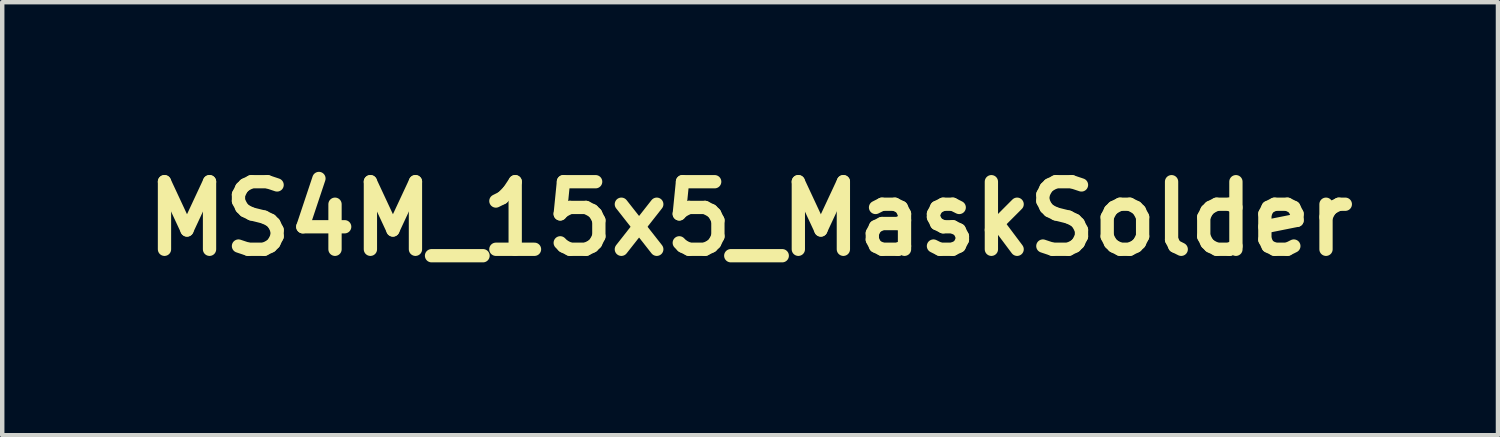
<source format=kicad_pcb>
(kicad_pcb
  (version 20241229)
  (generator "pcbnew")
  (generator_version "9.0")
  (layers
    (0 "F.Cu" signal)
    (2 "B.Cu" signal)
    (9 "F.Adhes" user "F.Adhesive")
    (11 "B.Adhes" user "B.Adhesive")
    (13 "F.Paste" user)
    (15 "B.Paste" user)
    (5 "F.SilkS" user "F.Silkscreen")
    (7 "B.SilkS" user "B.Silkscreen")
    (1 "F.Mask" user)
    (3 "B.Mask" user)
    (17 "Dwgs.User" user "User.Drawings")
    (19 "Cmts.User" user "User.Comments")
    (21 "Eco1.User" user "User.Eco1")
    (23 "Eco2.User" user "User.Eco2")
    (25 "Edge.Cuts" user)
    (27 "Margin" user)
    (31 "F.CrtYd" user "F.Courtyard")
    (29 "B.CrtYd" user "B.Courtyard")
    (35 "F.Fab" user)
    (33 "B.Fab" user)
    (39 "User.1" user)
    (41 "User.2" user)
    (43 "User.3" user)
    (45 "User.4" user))
  (footprint "MS4M_15x5_MaskSolder"
    (layer "F.Cu")
    (at 13.868 1.883)
    (property "Reference" "MS4M_15x5_MaskSolder" (at 0 0 0) (layer "F.SilkS") (effects (font (size 1.524 1.524) (thickness 0.3))))
    (attr through_hole)
    (fp_poly (pts (xy 5.212 1.871) (xy 5.127 1.871) (xy 4.91 1.601) (xy 4.693 1.331) (xy 4.692 1.601) (xy 4.692 1.871) (xy 4.587 1.871) (xy 4.587 1.143) (xy 4.673 1.143) (xy 4.889 1.412) (xy 5.106 1.681) (xy 5.106 1.412) (xy 5.107 1.143) (xy 5.212 1.143) (xy 5.212 1.871)) (stroke (width 0.01) (type solid)) (fill yes) (layer "F.Mask"))
    (fp_poly (pts (xy 4.406 1.871) (xy 4.355 1.871) (xy 4.34 1.871) (xy 4.326 1.871) (xy 4.315 1.87) (xy 4.307 1.87) (xy 4.303 1.869) (xy 4.303 1.869) (xy 4.302 1.867) (xy 4.302 1.859) (xy 4.302 1.848) (xy 4.302 1.832) (xy 4.302 1.813) (xy 4.302 1.79) (xy 4.301 1.764) (xy 4.301 1.734) (xy 4.301 1.702) (xy 4.301 1.668) (xy 4.301 1.631) (xy 4.301 1.593) (xy 4.301 1.553) (xy 4.301 1.511) (xy 4.301 1.143) (xy 4.406 1.143) (xy 4.406 1.871)) (stroke (width 0.01) (type solid)) (fill yes) (layer "F.Mask"))
    (fp_poly (pts (xy 1.38 1.233) (xy 0.97 1.233) (xy 0.97 1.487) (xy 1.333 1.487) (xy 1.333 1.575) (xy 0.971 1.577) (xy 0.97 1.871) (xy 0.919 1.871) (xy 0.903 1.871) (xy 0.89 1.871) (xy 0.879 1.87) (xy 0.871 1.87) (xy 0.867 1.869) (xy 0.866 1.869) (xy 0.866 1.867) (xy 0.866 1.859) (xy 0.866 1.848) (xy 0.865 1.832) (xy 0.865 1.813) (xy 0.865 1.79) (xy 0.865 1.764) (xy 0.865 1.734) (xy 0.865 1.702) (xy 0.865 1.668) (xy 0.865 1.631) (xy 0.865 1.593) (xy 0.865 1.553) (xy 0.865 1.511) (xy 0.865 1.505) (xy 0.865 1.143) (xy 1.38 1.143) (xy 1.38 1.233)) (stroke (width 0.01) (type solid)) (fill yes) (layer "F.Mask"))
    (fp_poly (pts (xy 2.626 -1.093) (xy 2.626 -1.048) (xy 2.626 -1.004) (xy 2.626 -0.961) (xy 2.626 -0.92) (xy 2.626 -0.881) (xy 2.626 -0.844) (xy 2.626 -0.81) (xy 2.626 -0.779) (xy 2.626 -0.751) (xy 2.626 -0.726) (xy 2.626 -0.705) (xy 2.626 -0.687) (xy 2.626 -0.673) (xy 2.626 -0.664) (xy 2.626 -0.659) (xy 2.626 -0.659) (xy 2.625 -0.658) (xy 2.624 -0.657) (xy 2.622 -0.656) (xy 2.618 -0.656) (xy 2.612 -0.656) (xy 2.605 -0.655) (xy 2.594 -0.655) (xy 2.581 -0.655) (xy 2.564 -0.655) (xy 2.544 -0.655) (xy 2.52 -0.655) (xy 2.491 -0.655) (xy 2.474 -0.655) (xy 2.323 -0.655) (xy 2.323 -1.524) (xy 2.625 -1.524) (xy 2.626 -1.093)) (stroke (width 0.01) (type solid)) (fill yes) (layer "F.Mask"))
    (fp_poly (pts (xy 2.488 -1.877) (xy 2.498 -1.876) (xy 2.507 -1.876) (xy 2.514 -1.874) (xy 2.521 -1.872) (xy 2.527 -1.87) (xy 2.552 -1.859) (xy 2.574 -1.845) (xy 2.593 -1.828) (xy 2.608 -1.809) (xy 2.62 -1.788) (xy 2.627 -1.768) (xy 2.631 -1.745) (xy 2.632 -1.73) (xy 2.63 -1.706) (xy 2.624 -1.684) (xy 2.615 -1.663) (xy 2.601 -1.644) (xy 2.588 -1.63) (xy 2.568 -1.613) (xy 2.546 -1.6) (xy 2.523 -1.591) (xy 2.516 -1.589) (xy 2.501 -1.586) (xy 2.484 -1.584) (xy 2.467 -1.584) (xy 2.452 -1.584) (xy 2.448 -1.585) (xy 2.421 -1.592) (xy 2.398 -1.602) (xy 2.377 -1.616) (xy 2.359 -1.631) (xy 2.342 -1.651) (xy 2.329 -1.673) (xy 2.321 -1.695) (xy 2.317 -1.719) (xy 2.316 -1.742) (xy 2.32 -1.764) (xy 2.328 -1.786) (xy 2.339 -1.807) (xy 2.354 -1.826) (xy 2.372 -1.843) (xy 2.394 -1.858) (xy 2.419 -1.869) (xy 2.422 -1.87) (xy 2.43 -1.873) (xy 2.438 -1.875) (xy 2.445 -1.876) (xy 2.455 -1.876) (xy 2.467 -1.877) (xy 2.474 -1.877) (xy 2.488 -1.877)) (stroke (width 0.01) (type solid)) (fill yes) (layer "F.Mask"))
    (fp_poly (pts (xy 5.888 1.233) (xy 5.478 1.233) (xy 5.478 1.456) (xy 5.842 1.456) (xy 5.842 1.546) (xy 5.478 1.546) (xy 5.479 1.663) (xy 5.479 1.779) (xy 5.684 1.78) (xy 5.716 1.78) (xy 5.746 1.78) (xy 5.774 1.78) (xy 5.801 1.78) (xy 5.825 1.78) (xy 5.846 1.78) (xy 5.864 1.78) (xy 5.878 1.78) (xy 5.889 1.78) (xy 5.895 1.78) (xy 5.896 1.78) (xy 5.903 1.78) (xy 5.903 1.825) (xy 5.902 1.87) (xy 5.639 1.87) (xy 5.376 1.871) (xy 5.375 1.509) (xy 5.375 1.468) (xy 5.375 1.427) (xy 5.375 1.389) (xy 5.375 1.352) (xy 5.375 1.317) (xy 5.375 1.285) (xy 5.375 1.255) (xy 5.375 1.228) (xy 5.375 1.205) (xy 5.375 1.185) (xy 5.375 1.169) (xy 5.375 1.157) (xy 5.375 1.149) (xy 5.375 1.146) (xy 5.375 1.145) (xy 5.378 1.145) (xy 5.385 1.145) (xy 5.397 1.144) (xy 5.414 1.144) (xy 5.436 1.144) (xy 5.463 1.143) (xy 5.494 1.143) (xy 5.53 1.143) (xy 5.57 1.143) (xy 5.615 1.143) (xy 5.632 1.143) (xy 5.888 1.143) (xy 5.888 1.233)) (stroke (width 0.01) (type solid)) (fill yes) (layer "F.Mask"))
    (fp_poly (pts (xy 2.154 -0.655) (xy 1.873 -0.655) (xy 1.873 -1.043) (xy 1.872 -1.432) (xy 1.617 -0.99) (xy 1.402 -0.99) (xy 1.274 -1.211) (xy 1.147 -1.432) (xy 1.145 -0.655) (xy 1.006 -0.655) (xy 0.975 -0.655) (xy 0.949 -0.655) (xy 0.927 -0.655) (xy 0.909 -0.655) (xy 0.894 -0.655) (xy 0.883 -0.656) (xy 0.875 -0.656) (xy 0.87 -0.656) (xy 0.867 -0.657) (xy 0.866 -0.658) (xy 0.866 -0.66) (xy 0.866 -0.668) (xy 0.865 -0.679) (xy 0.865 -0.695) (xy 0.865 -0.716) (xy 0.865 -0.739) (xy 0.865 -0.767) (xy 0.865 -0.798) (xy 0.865 -0.832) (xy 0.865 -0.868) (xy 0.865 -0.908) (xy 0.865 -0.95) (xy 0.865 -0.994) (xy 0.865 -1.041) (xy 0.865 -1.089) (xy 0.865 -1.139) (xy 0.865 -1.19) (xy 0.865 -1.22) (xy 0.866 -1.779) (xy 1.266 -1.779) (xy 1.387 -1.569) (xy 1.404 -1.539) (xy 1.42 -1.511) (xy 1.436 -1.484) (xy 1.45 -1.459) (xy 1.463 -1.436) (xy 1.475 -1.416) (xy 1.486 -1.398) (xy 1.494 -1.383) (xy 1.501 -1.371) (xy 1.506 -1.363) (xy 1.509 -1.359) (xy 1.509 -1.358) (xy 1.511 -1.36) (xy 1.514 -1.366) (xy 1.52 -1.376) (xy 1.528 -1.389) (xy 1.537 -1.405) (xy 1.548 -1.424) (xy 1.561 -1.446) (xy 1.575 -1.469) (xy 1.589 -1.495) (xy 1.605 -1.522) (xy 1.622 -1.551) (xy 1.632 -1.569) (xy 1.754 -1.78) (xy 2.154 -1.78) (xy 2.154 -0.655)) (stroke (width 0.01) (type solid)) (fill yes) (layer "F.Mask"))
    (fp_poly (pts (xy 3.578 1.388) (xy 3.597 1.42) (xy 3.615 1.451) (xy 3.633 1.48) (xy 3.649 1.508) (xy 3.665 1.534) (xy 3.679 1.558) (xy 3.692 1.58) (xy 3.703 1.599) (xy 3.712 1.615) (xy 3.72 1.627) (xy 3.725 1.636) (xy 3.729 1.642) (xy 3.729 1.643) (xy 3.736 1.653) (xy 3.885 1.398) (xy 4.033 1.143) (xy 4.077 1.143) (xy 4.12 1.143) (xy 4.12 1.871) (xy 4.02 1.871) (xy 4.019 1.607) (xy 4.019 1.343) (xy 3.896 1.55) (xy 3.878 1.58) (xy 3.861 1.608) (xy 3.845 1.635) (xy 3.83 1.661) (xy 3.816 1.684) (xy 3.803 1.706) (xy 3.792 1.725) (xy 3.782 1.741) (xy 3.774 1.754) (xy 3.769 1.763) (xy 3.765 1.769) (xy 3.764 1.77) (xy 3.756 1.783) (xy 3.71 1.783) (xy 3.58 1.566) (xy 3.562 1.536) (xy 3.545 1.507) (xy 3.529 1.48) (xy 3.513 1.455) (xy 3.499 1.431) (xy 3.486 1.41) (xy 3.475 1.392) (xy 3.466 1.376) (xy 3.458 1.364) (xy 3.452 1.355) (xy 3.449 1.35) (xy 3.448 1.348) (xy 3.448 1.351) (xy 3.447 1.358) (xy 3.447 1.369) (xy 3.447 1.384) (xy 3.447 1.403) (xy 3.447 1.425) (xy 3.446 1.45) (xy 3.446 1.477) (xy 3.446 1.508) (xy 3.446 1.54) (xy 3.446 1.574) (xy 3.446 1.609) (xy 3.446 1.871) (xy 3.398 1.871) (xy 3.383 1.871) (xy 3.37 1.871) (xy 3.359 1.87) (xy 3.351 1.87) (xy 3.348 1.869) (xy 3.348 1.869) (xy 3.347 1.867) (xy 3.347 1.859) (xy 3.347 1.848) (xy 3.347 1.832) (xy 3.347 1.813) (xy 3.347 1.79) (xy 3.346 1.764) (xy 3.346 1.734) (xy 3.346 1.702) (xy 3.346 1.668) (xy 3.346 1.631) (xy 3.346 1.593) (xy 3.346 1.553) (xy 3.346 1.511) (xy 3.346 1.143) (xy 3.433 1.143) (xy 3.578 1.388)) (stroke (width 0.01) (type solid)) (fill yes) (layer "F.Mask"))
    (fp_poly (pts (xy 3.347 -0.164) (xy 3.379 -0.162) (xy 3.408 -0.159) (xy 3.436 -0.153) (xy 3.465 -0.146) (xy 3.489 -0.139) (xy 3.531 -0.123) (xy 3.571 -0.103) (xy 3.608 -0.079) (xy 3.642 -0.053) (xy 3.672 -0.023) (xy 3.699 0.009) (xy 3.722 0.044) (xy 3.742 0.081) (xy 3.757 0.121) (xy 3.76 0.131) (xy 3.762 0.139) (xy 3.764 0.146) (xy 3.766 0.152) (xy 3.767 0.159) (xy 3.769 0.165) (xy 3.77 0.172) (xy 3.771 0.18) (xy 3.772 0.189) (xy 3.772 0.199) (xy 3.773 0.211) (xy 3.773 0.225) (xy 3.774 0.242) (xy 3.774 0.261) (xy 3.774 0.283) (xy 3.775 0.308) (xy 3.775 0.337) (xy 3.775 0.369) (xy 3.775 0.406) (xy 3.775 0.448) (xy 3.775 0.457) (xy 3.776 0.72) (xy 3.471 0.72) (xy 3.47 0.443) (xy 3.469 0.165) (xy 3.464 0.15) (xy 3.452 0.126) (xy 3.437 0.104) (xy 3.418 0.086) (xy 3.396 0.072) (xy 3.371 0.061) (xy 3.367 0.059) (xy 3.357 0.057) (xy 3.344 0.056) (xy 3.328 0.055) (xy 3.311 0.055) (xy 3.295 0.055) (xy 3.28 0.056) (xy 3.269 0.058) (xy 3.265 0.058) (xy 3.25 0.063) (xy 3.234 0.071) (xy 3.218 0.079) (xy 3.206 0.088) (xy 3.192 0.102) (xy 3.18 0.119) (xy 3.169 0.138) (xy 3.163 0.152) (xy 3.157 0.172) (xy 3.156 0.446) (xy 3.155 0.72) (xy 2.853 0.72) (xy 2.853 0.465) (xy 2.853 0.422) (xy 2.853 0.384) (xy 2.853 0.35) (xy 2.853 0.32) (xy 2.853 0.293) (xy 2.853 0.27) (xy 2.853 0.25) (xy 2.854 0.233) (xy 2.854 0.218) (xy 2.855 0.205) (xy 2.856 0.194) (xy 2.857 0.184) (xy 2.858 0.175) (xy 2.859 0.167) (xy 2.86 0.16) (xy 2.862 0.153) (xy 2.864 0.146) (xy 2.866 0.138) (xy 2.867 0.133) (xy 2.881 0.093) (xy 2.899 0.055) (xy 2.922 0.019) (xy 2.948 -0.014) (xy 2.978 -0.045) (xy 3.011 -0.073) (xy 3.048 -0.097) (xy 3.085 -0.117) (xy 3.12 -0.132) (xy 3.156 -0.144) (xy 3.192 -0.154) (xy 3.23 -0.16) (xy 3.271 -0.163) (xy 3.312 -0.165) (xy 3.347 -0.164)) (stroke (width 0.01) (type solid)) (fill yes) (layer "F.Mask"))
    (fp_poly (pts (xy 3.255 -1.539) (xy 3.275 -1.539) (xy 3.293 -1.538) (xy 3.308 -1.537) (xy 3.314 -1.536) (xy 3.362 -1.528) (xy 3.408 -1.516) (xy 3.451 -1.5) (xy 3.491 -1.481) (xy 3.529 -1.458) (xy 3.563 -1.432) (xy 3.594 -1.403) (xy 3.621 -1.371) (xy 3.645 -1.337) (xy 3.665 -1.299) (xy 3.681 -1.26) (xy 3.687 -1.238) (xy 3.689 -1.231) (xy 3.691 -1.224) (xy 3.693 -1.217) (xy 3.694 -1.21) (xy 3.696 -1.204) (xy 3.697 -1.197) (xy 3.698 -1.189) (xy 3.698 -1.18) (xy 3.699 -1.169) (xy 3.7 -1.157) (xy 3.7 -1.142) (xy 3.7 -1.126) (xy 3.701 -1.106) (xy 3.701 -1.084) (xy 3.701 -1.058) (xy 3.701 -1.029) (xy 3.702 -0.995) (xy 3.702 -0.958) (xy 3.702 -0.916) (xy 3.702 -0.915) (xy 3.703 -0.655) (xy 3.397 -0.655) (xy 3.397 -0.931) (xy 3.396 -1.208) (xy 3.39 -1.224) (xy 3.377 -1.25) (xy 3.362 -1.271) (xy 3.343 -1.289) (xy 3.322 -1.304) (xy 3.297 -1.314) (xy 3.296 -1.315) (xy 3.288 -1.317) (xy 3.281 -1.318) (xy 3.273 -1.319) (xy 3.263 -1.32) (xy 3.249 -1.32) (xy 3.24 -1.32) (xy 3.224 -1.32) (xy 3.212 -1.32) (xy 3.203 -1.319) (xy 3.195 -1.318) (xy 3.188 -1.316) (xy 3.184 -1.315) (xy 3.159 -1.304) (xy 3.137 -1.29) (xy 3.119 -1.273) (xy 3.103 -1.252) (xy 3.092 -1.228) (xy 3.087 -1.212) (xy 3.086 -1.209) (xy 3.086 -1.206) (xy 3.085 -1.202) (xy 3.084 -1.198) (xy 3.084 -1.193) (xy 3.084 -1.186) (xy 3.083 -1.178) (xy 3.083 -1.168) (xy 3.083 -1.156) (xy 3.083 -1.141) (xy 3.082 -1.124) (xy 3.082 -1.104) (xy 3.082 -1.08) (xy 3.082 -1.053) (xy 3.082 -1.022) (xy 3.082 -0.987) (xy 3.082 -0.948) (xy 3.082 -0.655) (xy 2.777 -0.655) (xy 2.777 -0.899) (xy 2.777 -0.941) (xy 2.777 -0.979) (xy 2.777 -1.013) (xy 2.777 -1.043) (xy 2.777 -1.069) (xy 2.778 -1.092) (xy 2.778 -1.112) (xy 2.778 -1.129) (xy 2.779 -1.144) (xy 2.779 -1.157) (xy 2.78 -1.168) (xy 2.781 -1.178) (xy 2.782 -1.187) (xy 2.783 -1.195) (xy 2.784 -1.203) (xy 2.786 -1.21) (xy 2.787 -1.216) (xy 2.795 -1.246) (xy 2.805 -1.276) (xy 2.818 -1.305) (xy 2.831 -1.332) (xy 2.836 -1.34) (xy 2.862 -1.375) (xy 2.891 -1.408) (xy 2.923 -1.437) (xy 2.959 -1.463) (xy 2.998 -1.486) (xy 3.039 -1.505) (xy 3.084 -1.52) (xy 3.131 -1.531) (xy 3.165 -1.536) (xy 3.178 -1.538) (xy 3.194 -1.539) (xy 3.213 -1.539) (xy 3.234 -1.539) (xy 3.255 -1.539)) (stroke (width 0.01) (type solid)) (fill yes) (layer "F.Mask"))
    (fp_poly (pts (xy 1.807 1.137) (xy 1.823 1.137) (xy 1.835 1.138) (xy 1.845 1.138) (xy 1.854 1.139) (xy 1.862 1.14) (xy 1.87 1.142) (xy 1.873 1.143) (xy 1.917 1.154) (xy 1.958 1.17) (xy 1.996 1.189) (xy 2.03 1.212) (xy 2.061 1.238) (xy 2.089 1.267) (xy 2.113 1.3) (xy 2.134 1.336) (xy 2.15 1.374) (xy 2.163 1.416) (xy 2.168 1.437) (xy 2.17 1.453) (xy 2.172 1.473) (xy 2.173 1.495) (xy 2.172 1.518) (xy 2.172 1.54) (xy 2.17 1.561) (xy 2.168 1.578) (xy 2.167 1.583) (xy 2.155 1.625) (xy 2.14 1.664) (xy 2.121 1.701) (xy 2.098 1.735) (xy 2.071 1.765) (xy 2.042 1.792) (xy 2.009 1.816) (xy 1.973 1.836) (xy 1.934 1.853) (xy 1.893 1.866) (xy 1.849 1.874) (xy 1.839 1.876) (xy 1.825 1.877) (xy 1.808 1.877) (xy 1.789 1.878) (xy 1.77 1.878) (xy 1.752 1.877) (xy 1.737 1.876) (xy 1.735 1.875) (xy 1.692 1.868) (xy 1.651 1.857) (xy 1.613 1.841) (xy 1.577 1.822) (xy 1.543 1.799) (xy 1.513 1.773) (xy 1.485 1.744) (xy 1.461 1.711) (xy 1.441 1.676) (xy 1.425 1.639) (xy 1.413 1.602) (xy 1.408 1.581) (xy 1.405 1.561) (xy 1.403 1.541) (xy 1.402 1.518) (xy 1.402 1.506) (xy 1.402 1.503) (xy 1.506 1.503) (xy 1.507 1.533) (xy 1.513 1.57) (xy 1.522 1.605) (xy 1.536 1.637) (xy 1.554 1.668) (xy 1.575 1.695) (xy 1.6 1.719) (xy 1.628 1.74) (xy 1.659 1.757) (xy 1.693 1.77) (xy 1.712 1.776) (xy 1.747 1.782) (xy 1.784 1.785) (xy 1.821 1.783) (xy 1.835 1.782) (xy 1.871 1.774) (xy 1.905 1.762) (xy 1.937 1.746) (xy 1.965 1.727) (xy 1.991 1.704) (xy 2.013 1.678) (xy 2.032 1.649) (xy 2.047 1.618) (xy 2.059 1.585) (xy 2.066 1.549) (xy 2.069 1.512) (xy 2.069 1.507) (xy 2.066 1.469) (xy 2.06 1.433) (xy 2.049 1.399) (xy 2.034 1.368) (xy 2.016 1.339) (xy 1.994 1.313) (xy 1.97 1.29) (xy 1.942 1.27) (xy 1.911 1.254) (xy 1.878 1.241) (xy 1.843 1.233) (xy 1.806 1.229) (xy 1.789 1.228) (xy 1.751 1.231) (xy 1.714 1.237) (xy 1.679 1.248) (xy 1.647 1.262) (xy 1.617 1.281) (xy 1.59 1.303) (xy 1.566 1.329) (xy 1.562 1.335) (xy 1.542 1.364) (xy 1.527 1.396) (xy 1.516 1.431) (xy 1.509 1.466) (xy 1.506 1.503) (xy 1.402 1.503) (xy 1.404 1.463) (xy 1.411 1.421) (xy 1.422 1.381) (xy 1.437 1.343) (xy 1.457 1.307) (xy 1.482 1.273) (xy 1.486 1.268) (xy 1.514 1.238) (xy 1.545 1.212) (xy 1.579 1.19) (xy 1.616 1.171) (xy 1.657 1.155) (xy 1.699 1.143) (xy 1.702 1.143) (xy 1.711 1.141) (xy 1.719 1.139) (xy 1.728 1.138) (xy 1.737 1.138) (xy 1.749 1.137) (xy 1.763 1.137) (xy 1.781 1.137) (xy 1.788 1.137) (xy 1.807 1.137)) (stroke (width 0.01) (type solid)) (fill yes) (layer "F.Mask"))
    (fp_poly (pts (xy 6.167 1.144) (xy 6.202 1.144) (xy 6.232 1.144) (xy 6.258 1.144) (xy 6.281 1.145) (xy 6.3 1.145) (xy 6.316 1.145) (xy 6.33 1.146) (xy 6.342 1.147) (xy 6.352 1.148) (xy 6.361 1.149) (xy 6.37 1.15) (xy 6.378 1.152) (xy 6.386 1.154) (xy 6.394 1.157) (xy 6.402 1.159) (xy 6.434 1.17) (xy 6.463 1.183) (xy 6.488 1.199) (xy 6.512 1.219) (xy 6.513 1.22) (xy 6.535 1.244) (xy 6.553 1.27) (xy 6.567 1.299) (xy 6.577 1.33) (xy 6.582 1.364) (xy 6.584 1.38) (xy 6.584 1.417) (xy 6.579 1.452) (xy 6.571 1.484) (xy 6.558 1.514) (xy 6.541 1.541) (xy 6.52 1.566) (xy 6.496 1.587) (xy 6.467 1.606) (xy 6.453 1.614) (xy 6.426 1.627) (xy 6.44 1.647) (xy 6.444 1.653) (xy 6.451 1.662) (xy 6.459 1.675) (xy 6.47 1.69) (xy 6.482 1.707) (xy 6.495 1.726) (xy 6.509 1.746) (xy 6.524 1.766) (xy 6.525 1.768) (xy 6.597 1.87) (xy 6.541 1.87) (xy 6.522 1.87) (xy 6.508 1.87) (xy 6.497 1.87) (xy 6.489 1.87) (xy 6.485 1.869) (xy 6.483 1.868) (xy 6.481 1.865) (xy 6.476 1.859) (xy 6.469 1.85) (xy 6.461 1.837) (xy 6.45 1.823) (xy 6.438 1.806) (xy 6.425 1.787) (xy 6.411 1.767) (xy 6.403 1.756) (xy 6.327 1.648) (xy 6.216 1.648) (xy 6.193 1.648) (xy 6.172 1.649) (xy 6.152 1.649) (xy 6.136 1.649) (xy 6.122 1.649) (xy 6.111 1.649) (xy 6.105 1.65) (xy 6.103 1.65) (xy 6.103 1.653) (xy 6.102 1.66) (xy 6.102 1.671) (xy 6.101 1.685) (xy 6.101 1.702) (xy 6.101 1.722) (xy 6.101 1.743) (xy 6.101 1.761) (xy 6.101 1.871) (xy 5.998 1.871) (xy 5.998 1.473) (xy 6.101 1.473) (xy 6.101 1.495) (xy 6.101 1.514) (xy 6.101 1.53) (xy 6.102 1.543) (xy 6.102 1.552) (xy 6.102 1.557) (xy 6.102 1.558) (xy 6.105 1.558) (xy 6.112 1.559) (xy 6.122 1.56) (xy 6.136 1.56) (xy 6.152 1.56) (xy 6.17 1.561) (xy 6.189 1.561) (xy 6.209 1.561) (xy 6.23 1.561) (xy 6.249 1.56) (xy 6.268 1.56) (xy 6.284 1.56) (xy 6.299 1.559) (xy 6.31 1.559) (xy 6.315 1.558) (xy 6.348 1.553) (xy 6.378 1.545) (xy 6.403 1.534) (xy 6.425 1.519) (xy 6.444 1.502) (xy 6.458 1.482) (xy 6.462 1.474) (xy 6.47 1.456) (xy 6.476 1.438) (xy 6.478 1.419) (xy 6.479 1.397) (xy 6.479 1.388) (xy 6.476 1.36) (xy 6.469 1.334) (xy 6.459 1.312) (xy 6.445 1.292) (xy 6.427 1.276) (xy 6.405 1.262) (xy 6.4 1.259) (xy 6.388 1.253) (xy 6.376 1.248) (xy 6.364 1.244) (xy 6.351 1.241) (xy 6.336 1.239) (xy 6.32 1.237) (xy 6.301 1.235) (xy 6.279 1.234) (xy 6.254 1.234) (xy 6.225 1.234) (xy 6.194 1.234) (xy 6.102 1.235) (xy 6.101 1.395) (xy 6.101 1.422) (xy 6.101 1.448) (xy 6.101 1.473) (xy 5.998 1.473) (xy 5.998 1.143) (xy 6.167 1.144)) (stroke (width 0.01) (type solid)) (fill yes) (layer "F.Mask"))
    (fp_poly (pts (xy 4.298 -1.539) (xy 4.345 -1.534) (xy 4.392 -1.525) (xy 4.403 -1.522) (xy 4.447 -1.509) (xy 4.488 -1.491) (xy 4.528 -1.47) (xy 4.564 -1.444) (xy 4.597 -1.416) (xy 4.627 -1.384) (xy 4.653 -1.35) (xy 4.669 -1.324) (xy 4.687 -1.289) (xy 4.702 -1.251) (xy 4.713 -1.21) (xy 4.722 -1.168) (xy 4.722 -1.163) (xy 4.724 -1.148) (xy 4.725 -1.129) (xy 4.726 -1.108) (xy 4.726 -1.086) (xy 4.726 -1.065) (xy 4.725 -1.046) (xy 4.724 -1.032) (xy 4.722 -1.015) (xy 4.407 -1.014) (xy 4.093 -1.014) (xy 4.094 -1.007) (xy 4.098 -0.996) (xy 4.104 -0.983) (xy 4.111 -0.97) (xy 4.12 -0.957) (xy 4.123 -0.952) (xy 4.143 -0.931) (xy 4.165 -0.913) (xy 4.191 -0.898) (xy 4.22 -0.887) (xy 4.253 -0.88) (xy 4.278 -0.877) (xy 4.318 -0.876) (xy 4.356 -0.879) (xy 4.392 -0.887) (xy 4.426 -0.9) (xy 4.458 -0.917) (xy 4.489 -0.938) (xy 4.492 -0.941) (xy 4.498 -0.946) (xy 4.503 -0.949) (xy 4.505 -0.95) (xy 4.506 -0.948) (xy 4.509 -0.941) (xy 4.515 -0.932) (xy 4.522 -0.92) (xy 4.531 -0.904) (xy 4.541 -0.887) (xy 4.552 -0.868) (xy 4.563 -0.848) (xy 4.564 -0.846) (xy 4.623 -0.744) (xy 4.609 -0.733) (xy 4.578 -0.712) (xy 4.542 -0.693) (xy 4.503 -0.676) (xy 4.461 -0.663) (xy 4.417 -0.653) (xy 4.387 -0.648) (xy 4.372 -0.647) (xy 4.353 -0.645) (xy 4.332 -0.644) (xy 4.31 -0.644) (xy 4.288 -0.643) (xy 4.267 -0.643) (xy 4.249 -0.644) (xy 4.234 -0.645) (xy 4.182 -0.652) (xy 4.133 -0.662) (xy 4.086 -0.676) (xy 4.042 -0.694) (xy 4.001 -0.715) (xy 3.964 -0.739) (xy 3.929 -0.766) (xy 3.898 -0.797) (xy 3.87 -0.83) (xy 3.846 -0.865) (xy 3.826 -0.904) (xy 3.81 -0.944) (xy 3.797 -0.987) (xy 3.789 -1.032) (xy 3.786 -1.079) (xy 3.786 -1.093) (xy 3.788 -1.141) (xy 3.793 -1.175) (xy 4.086 -1.175) (xy 4.263 -1.175) (xy 4.297 -1.175) (xy 4.326 -1.175) (xy 4.351 -1.175) (xy 4.372 -1.175) (xy 4.389 -1.175) (xy 4.403 -1.175) (xy 4.415 -1.175) (xy 4.423 -1.176) (xy 4.43 -1.176) (xy 4.434 -1.176) (xy 4.437 -1.177) (xy 4.439 -1.177) (xy 4.44 -1.178) (xy 4.44 -1.179) (xy 4.44 -1.18) (xy 4.439 -1.186) (xy 4.437 -1.195) (xy 4.433 -1.207) (xy 4.428 -1.218) (xy 4.424 -1.229) (xy 4.42 -1.237) (xy 4.404 -1.26) (xy 4.385 -1.28) (xy 4.362 -1.297) (xy 4.337 -1.31) (xy 4.316 -1.317) (xy 4.301 -1.32) (xy 4.282 -1.322) (xy 4.262 -1.322) (xy 4.242 -1.322) (xy 4.225 -1.32) (xy 4.217 -1.318) (xy 4.189 -1.309) (xy 4.165 -1.296) (xy 4.143 -1.279) (xy 4.124 -1.258) (xy 4.108 -1.234) (xy 4.096 -1.207) (xy 4.091 -1.192) (xy 4.086 -1.175) (xy 3.793 -1.175) (xy 3.795 -1.187) (xy 3.806 -1.231) (xy 3.821 -1.273) (xy 3.841 -1.312) (xy 3.864 -1.35) (xy 3.892 -1.384) (xy 3.923 -1.416) (xy 3.958 -1.445) (xy 3.996 -1.47) (xy 4.038 -1.492) (xy 4.068 -1.505) (xy 4.11 -1.519) (xy 4.155 -1.53) (xy 4.202 -1.537) (xy 4.25 -1.54) (xy 4.298 -1.539)) (stroke (width 0.01) (type solid)) (fill yes) (layer "F.Mask"))
    (fp_poly (pts (xy 2.428 1.144) (xy 2.462 1.144) (xy 2.492 1.144) (xy 2.517 1.144) (xy 2.539 1.145) (xy 2.557 1.145) (xy 2.572 1.145) (xy 2.584 1.146) (xy 2.595 1.146) (xy 2.603 1.147) (xy 2.61 1.147) (xy 2.615 1.148) (xy 2.62 1.149) (xy 2.621 1.149) (xy 2.66 1.158) (xy 2.696 1.171) (xy 2.727 1.186) (xy 2.755 1.204) (xy 2.779 1.225) (xy 2.798 1.246) (xy 2.815 1.273) (xy 2.828 1.302) (xy 2.837 1.333) (xy 2.843 1.365) (xy 2.845 1.398) (xy 2.843 1.431) (xy 2.837 1.463) (xy 2.827 1.494) (xy 2.813 1.523) (xy 2.811 1.527) (xy 2.797 1.547) (xy 2.78 1.566) (xy 2.76 1.584) (xy 2.738 1.6) (xy 2.717 1.613) (xy 2.704 1.618) (xy 2.695 1.622) (xy 2.689 1.626) (xy 2.688 1.628) (xy 2.688 1.628) (xy 2.689 1.631) (xy 2.693 1.637) (xy 2.7 1.646) (xy 2.708 1.658) (xy 2.719 1.673) (xy 2.731 1.69) (xy 2.744 1.709) (xy 2.758 1.729) (xy 2.771 1.747) (xy 2.786 1.769) (xy 2.8 1.789) (xy 2.813 1.807) (xy 2.825 1.824) (xy 2.835 1.839) (xy 2.843 1.85) (xy 2.849 1.859) (xy 2.853 1.865) (xy 2.854 1.867) (xy 2.854 1.868) (xy 2.853 1.869) (xy 2.849 1.87) (xy 2.843 1.87) (xy 2.834 1.871) (xy 2.821 1.871) (xy 2.804 1.871) (xy 2.8 1.871) (xy 2.744 1.871) (xy 2.666 1.759) (xy 2.651 1.738) (xy 2.637 1.719) (xy 2.624 1.701) (xy 2.613 1.685) (xy 2.603 1.672) (xy 2.595 1.661) (xy 2.589 1.653) (xy 2.585 1.648) (xy 2.584 1.648) (xy 2.581 1.648) (xy 2.574 1.648) (xy 2.563 1.648) (xy 2.548 1.648) (xy 2.531 1.648) (xy 2.511 1.648) (xy 2.489 1.648) (xy 2.472 1.648) (xy 2.362 1.649) (xy 2.362 1.871) (xy 2.311 1.871) (xy 2.296 1.871) (xy 2.282 1.871) (xy 2.271 1.87) (xy 2.263 1.87) (xy 2.259 1.869) (xy 2.258 1.869) (xy 2.258 1.867) (xy 2.258 1.859) (xy 2.258 1.848) (xy 2.258 1.832) (xy 2.257 1.813) (xy 2.257 1.79) (xy 2.257 1.764) (xy 2.257 1.734) (xy 2.257 1.702) (xy 2.257 1.668) (xy 2.257 1.631) (xy 2.257 1.593) (xy 2.257 1.553) (xy 2.257 1.511) (xy 2.257 1.233) (xy 2.362 1.233) (xy 2.362 1.561) (xy 2.457 1.561) (xy 2.479 1.561) (xy 2.501 1.56) (xy 2.521 1.56) (xy 2.54 1.56) (xy 2.555 1.559) (xy 2.568 1.559) (xy 2.576 1.558) (xy 2.576 1.558) (xy 2.61 1.553) (xy 2.639 1.544) (xy 2.665 1.533) (xy 2.687 1.518) (xy 2.706 1.5) (xy 2.72 1.48) (xy 2.731 1.456) (xy 2.732 1.452) (xy 2.735 1.443) (xy 2.737 1.435) (xy 2.738 1.427) (xy 2.739 1.416) (xy 2.739 1.403) (xy 2.739 1.399) (xy 2.739 1.381) (xy 2.738 1.366) (xy 2.735 1.353) (xy 2.732 1.341) (xy 2.727 1.328) (xy 2.724 1.321) (xy 2.711 1.301) (xy 2.695 1.283) (xy 2.675 1.267) (xy 2.652 1.255) (xy 2.626 1.245) (xy 2.619 1.243) (xy 2.609 1.241) (xy 2.598 1.239) (xy 2.586 1.237) (xy 2.573 1.236) (xy 2.558 1.235) (xy 2.54 1.234) (xy 2.519 1.234) (xy 2.494 1.233) (xy 2.465 1.233) (xy 2.457 1.233) (xy 2.362 1.233) (xy 2.257 1.233) (xy 2.257 1.143) (xy 2.428 1.144)) (stroke (width 0.01) (type solid)) (fill yes) (layer "F.Mask"))
    (fp_poly (pts (xy 2.385 -0.164) (xy 2.432 -0.159) (xy 2.478 -0.15) (xy 2.522 -0.137) (xy 2.565 -0.12) (xy 2.605 -0.1) (xy 2.623 -0.089) (xy 2.659 -0.062) (xy 2.692 -0.033) (xy 2.721 -0.000302) (xy 2.745 0.035) (xy 2.767 0.073) (xy 2.784 0.114) (xy 2.797 0.157) (xy 2.806 0.202) (xy 2.811 0.25) (xy 2.812 0.3) (xy 2.81 0.335) (xy 2.808 0.361) (xy 2.493 0.361) (xy 2.446 0.361) (xy 2.403 0.361) (xy 2.365 0.362) (xy 2.331 0.362) (xy 2.301 0.362) (xy 2.275 0.362) (xy 2.253 0.362) (xy 2.234 0.362) (xy 2.218 0.362) (xy 2.205 0.363) (xy 2.195 0.363) (xy 2.188 0.363) (xy 2.183 0.364) (xy 2.18 0.364) (xy 2.179 0.364) (xy 2.179 0.365) (xy 2.18 0.37) (xy 2.183 0.378) (xy 2.188 0.388) (xy 2.193 0.398) (xy 2.198 0.408) (xy 2.202 0.414) (xy 2.221 0.437) (xy 2.243 0.457) (xy 2.268 0.473) (xy 2.296 0.485) (xy 2.327 0.493) (xy 2.361 0.498) (xy 2.363 0.498) (xy 2.403 0.499) (xy 2.441 0.495) (xy 2.477 0.488) (xy 2.51 0.476) (xy 2.541 0.46) (xy 2.571 0.44) (xy 2.575 0.436) (xy 2.582 0.431) (xy 2.587 0.427) (xy 2.59 0.425) (xy 2.59 0.425) (xy 2.591 0.428) (xy 2.595 0.434) (xy 2.6 0.443) (xy 2.607 0.455) (xy 2.616 0.471) (xy 2.626 0.488) (xy 2.637 0.507) (xy 2.649 0.527) (xy 2.65 0.529) (xy 2.709 0.631) (xy 2.703 0.636) (xy 2.67 0.659) (xy 2.633 0.679) (xy 2.594 0.697) (xy 2.552 0.711) (xy 2.508 0.721) (xy 2.491 0.724) (xy 2.467 0.727) (xy 2.441 0.73) (xy 2.413 0.731) (xy 2.386 0.732) (xy 2.361 0.732) (xy 2.338 0.731) (xy 2.334 0.731) (xy 2.279 0.725) (xy 2.229 0.715) (xy 2.181 0.702) (xy 2.137 0.685) (xy 2.095 0.665) (xy 2.056 0.641) (xy 2.02 0.613) (xy 2.014 0.608) (xy 1.983 0.578) (xy 1.955 0.544) (xy 1.931 0.507) (xy 1.91 0.468) (xy 1.894 0.427) (xy 1.882 0.385) (xy 1.881 0.381) (xy 1.876 0.352) (xy 1.873 0.32) (xy 1.871 0.287) (xy 1.872 0.254) (xy 1.874 0.223) (xy 1.877 0.204) (xy 1.88 0.191) (xy 2.173 0.191) (xy 2.174 0.193) (xy 2.175 0.195) (xy 2.179 0.197) (xy 2.184 0.198) (xy 2.191 0.199) (xy 2.201 0.2) (xy 2.214 0.2) (xy 2.229 0.2) (xy 2.249 0.2) (xy 2.272 0.2) (xy 2.299 0.2) (xy 2.331 0.2) (xy 2.35 0.2) (xy 2.527 0.2) (xy 2.525 0.191) (xy 2.516 0.162) (xy 2.504 0.136) (xy 2.488 0.113) (xy 2.468 0.093) (xy 2.445 0.077) (xy 2.42 0.064) (xy 2.401 0.058) (xy 2.386 0.055) (xy 2.367 0.053) (xy 2.348 0.053) (xy 2.328 0.053) (xy 2.311 0.055) (xy 2.302 0.057) (xy 2.275 0.066) (xy 2.25 0.079) (xy 2.228 0.096) (xy 2.209 0.117) (xy 2.194 0.141) (xy 2.181 0.168) (xy 2.179 0.176) (xy 2.177 0.18) (xy 2.175 0.184) (xy 2.174 0.188) (xy 2.173 0.191) (xy 1.88 0.191) (xy 1.887 0.158) (xy 1.902 0.114) (xy 1.921 0.073) (xy 1.944 0.034) (xy 1.971 -0.001) (xy 2.001 -0.034) (xy 2.035 -0.064) (xy 2.073 -0.09) (xy 2.112 -0.112) (xy 2.154 -0.131) (xy 2.199 -0.145) (xy 2.244 -0.156) (xy 2.291 -0.162) (xy 2.338 -0.165) (xy 2.385 -0.164)) (stroke (width 0.01) (type solid)) (fill yes) (layer "F.Mask"))
    (fp_poly (pts (xy 5.156 -0.164) (xy 5.18 -0.163) (xy 5.202 -0.161) (xy 5.213 -0.16) (xy 5.262 -0.151) (xy 5.308 -0.138) (xy 5.352 -0.121) (xy 5.392 -0.101) (xy 5.429 -0.077) (xy 5.463 -0.049) (xy 5.493 -0.019) (xy 5.52 0.015) (xy 5.544 0.053) (xy 5.563 0.093) (xy 5.579 0.135) (xy 5.591 0.181) (xy 5.598 0.225) (xy 5.599 0.233) (xy 5.599 0.244) (xy 5.599 0.258) (xy 5.6 0.273) (xy 5.6 0.29) (xy 5.599 0.306) (xy 5.599 0.321) (xy 5.599 0.335) (xy 5.598 0.346) (xy 5.597 0.355) (xy 5.597 0.359) (xy 5.597 0.359) (xy 5.594 0.359) (xy 5.587 0.36) (xy 5.575 0.36) (xy 5.559 0.36) (xy 5.538 0.361) (xy 5.513 0.361) (xy 5.482 0.361) (xy 5.447 0.361) (xy 5.407 0.361) (xy 5.363 0.361) (xy 5.313 0.361) (xy 5.28 0.361) (xy 4.965 0.361) (xy 4.969 0.371) (xy 4.978 0.391) (xy 4.989 0.412) (xy 5.003 0.431) (xy 5.018 0.446) (xy 5.021 0.449) (xy 5.044 0.466) (xy 5.069 0.479) (xy 5.096 0.489) (xy 5.126 0.495) (xy 5.16 0.498) (xy 5.179 0.498) (xy 5.214 0.497) (xy 5.245 0.493) (xy 5.274 0.486) (xy 5.302 0.475) (xy 5.328 0.461) (xy 5.355 0.443) (xy 5.356 0.441) (xy 5.366 0.434) (xy 5.372 0.43) (xy 5.376 0.428) (xy 5.378 0.427) (xy 5.38 0.429) (xy 5.381 0.43) (xy 5.383 0.434) (xy 5.387 0.441) (xy 5.393 0.451) (xy 5.401 0.464) (xy 5.41 0.48) (xy 5.42 0.497) (xy 5.431 0.516) (xy 5.44 0.532) (xy 5.454 0.556) (xy 5.466 0.577) (xy 5.475 0.593) (xy 5.482 0.607) (xy 5.487 0.617) (xy 5.491 0.624) (xy 5.493 0.629) (xy 5.494 0.632) (xy 5.493 0.632) (xy 5.49 0.636) (xy 5.482 0.642) (xy 5.472 0.649) (xy 5.46 0.657) (xy 5.448 0.665) (xy 5.435 0.672) (xy 5.423 0.679) (xy 5.421 0.68) (xy 5.38 0.697) (xy 5.336 0.711) (xy 5.29 0.722) (xy 5.241 0.729) (xy 5.189 0.732) (xy 5.135 0.732) (xy 5.119 0.731) (xy 5.111 0.73) (xy 5.1 0.729) (xy 5.087 0.728) (xy 5.078 0.726) (xy 5.027 0.718) (xy 4.979 0.705) (xy 4.934 0.689) (xy 4.892 0.669) (xy 4.853 0.646) (xy 4.816 0.62) (xy 4.784 0.591) (xy 4.754 0.558) (xy 4.729 0.524) (xy 4.707 0.486) (xy 4.689 0.446) (xy 4.675 0.403) (xy 4.665 0.359) (xy 4.664 0.349) (xy 4.662 0.332) (xy 4.661 0.312) (xy 4.66 0.29) (xy 4.66 0.267) (xy 4.661 0.245) (xy 4.662 0.226) (xy 4.664 0.216) (xy 4.667 0.2) (xy 4.96 0.2) (xy 5.315 0.2) (xy 5.313 0.191) (xy 5.31 0.178) (xy 5.305 0.162) (xy 5.299 0.147) (xy 5.292 0.135) (xy 5.287 0.127) (xy 5.279 0.118) (xy 5.27 0.107) (xy 5.264 0.101) (xy 5.243 0.083) (xy 5.219 0.069) (xy 5.192 0.059) (xy 5.186 0.057) (xy 5.17 0.054) (xy 5.152 0.053) (xy 5.132 0.053) (xy 5.112 0.054) (xy 5.095 0.056) (xy 5.087 0.058) (xy 5.059 0.068) (xy 5.035 0.082) (xy 5.013 0.099) (xy 4.995 0.12) (xy 4.98 0.145) (xy 4.968 0.172) (xy 4.962 0.194) (xy 4.96 0.2) (xy 4.667 0.2) (xy 4.672 0.17) (xy 4.685 0.127) (xy 4.703 0.086) (xy 4.724 0.047) (xy 4.749 0.011) (xy 4.777 -0.022) (xy 4.809 -0.052) (xy 4.844 -0.079) (xy 4.883 -0.102) (xy 4.924 -0.123) (xy 4.968 -0.139) (xy 5.014 -0.152) (xy 5.062 -0.16) (xy 5.082 -0.162) (xy 5.105 -0.164) (xy 5.13 -0.164) (xy 5.156 -0.164)) (stroke (width 0.01) (type solid)) (fill yes) (layer "F.Mask"))
    (fp_poly (pts (xy 6.956 1.136) (xy 6.961 1.136) (xy 6.993 1.138) (xy 7.021 1.141) (xy 7.048 1.145) (xy 7.073 1.151) (xy 7.099 1.159) (xy 7.108 1.162) (xy 7.116 1.165) (xy 7.127 1.17) (xy 7.138 1.175) (xy 7.15 1.181) (xy 7.161 1.186) (xy 7.171 1.192) (xy 7.177 1.195) (xy 7.18 1.198) (xy 7.18 1.201) (xy 7.178 1.208) (xy 7.174 1.219) (xy 7.169 1.232) (xy 7.166 1.24) (xy 7.16 1.253) (xy 7.155 1.265) (xy 7.151 1.274) (xy 7.149 1.279) (xy 7.148 1.281) (xy 7.145 1.281) (xy 7.14 1.278) (xy 7.136 1.276) (xy 7.117 1.265) (xy 7.095 1.255) (xy 7.071 1.246) (xy 7.046 1.238) (xy 7.021 1.231) (xy 7.013 1.229) (xy 7.001 1.228) (xy 6.985 1.226) (xy 6.968 1.225) (xy 6.949 1.225) (xy 6.931 1.225) (xy 6.914 1.225) (xy 6.899 1.226) (xy 6.889 1.228) (xy 6.889 1.228) (xy 6.861 1.235) (xy 6.838 1.244) (xy 6.819 1.255) (xy 6.802 1.269) (xy 6.796 1.275) (xy 6.786 1.288) (xy 6.779 1.302) (xy 6.775 1.318) (xy 6.774 1.337) (xy 6.774 1.338) (xy 6.774 1.35) (xy 6.775 1.359) (xy 6.776 1.365) (xy 6.779 1.372) (xy 6.781 1.375) (xy 6.791 1.391) (xy 6.806 1.406) (xy 6.826 1.419) (xy 6.85 1.431) (xy 6.868 1.438) (xy 6.876 1.44) (xy 6.887 1.444) (xy 6.902 1.448) (xy 6.919 1.453) (xy 6.938 1.458) (xy 6.957 1.462) (xy 6.958 1.463) (xy 6.988 1.47) (xy 7.014 1.477) (xy 7.036 1.484) (xy 7.055 1.49) (xy 7.072 1.495) (xy 7.087 1.501) (xy 7.1 1.507) (xy 7.11 1.512) (xy 7.137 1.528) (xy 7.16 1.545) (xy 7.178 1.564) (xy 7.192 1.586) (xy 7.202 1.609) (xy 7.209 1.635) (xy 7.211 1.662) (xy 7.211 1.693) (xy 7.206 1.721) (xy 7.197 1.747) (xy 7.184 1.771) (xy 7.166 1.794) (xy 7.157 1.804) (xy 7.134 1.823) (xy 7.108 1.84) (xy 7.079 1.853) (xy 7.047 1.864) (xy 7.01 1.872) (xy 6.993 1.874) (xy 6.98 1.876) (xy 6.963 1.877) (xy 6.945 1.877) (xy 6.926 1.878) (xy 6.909 1.878) (xy 6.894 1.877) (xy 6.885 1.876) (xy 6.847 1.871) (xy 6.81 1.864) (xy 6.775 1.854) (xy 6.742 1.842) (xy 6.713 1.828) (xy 6.703 1.823) (xy 6.693 1.817) (xy 6.682 1.81) (xy 6.672 1.803) (xy 6.663 1.796) (xy 6.657 1.791) (xy 6.654 1.788) (xy 6.655 1.785) (xy 6.657 1.779) (xy 6.661 1.77) (xy 6.666 1.76) (xy 6.671 1.748) (xy 6.676 1.737) (xy 6.681 1.726) (xy 6.685 1.717) (xy 6.689 1.711) (xy 6.69 1.708) (xy 6.693 1.709) (xy 6.698 1.712) (xy 6.705 1.717) (xy 6.712 1.722) (xy 6.743 1.741) (xy 6.776 1.757) (xy 6.813 1.771) (xy 6.85 1.78) (xy 6.889 1.787) (xy 6.927 1.789) (xy 6.964 1.788) (xy 7 1.783) (xy 7.014 1.78) (xy 7.038 1.772) (xy 7.059 1.762) (xy 7.078 1.749) (xy 7.092 1.733) (xy 7.102 1.718) (xy 7.105 1.71) (xy 7.107 1.704) (xy 7.108 1.696) (xy 7.108 1.686) (xy 7.108 1.679) (xy 7.108 1.662) (xy 7.105 1.648) (xy 7.1 1.636) (xy 7.092 1.625) (xy 7.082 1.615) (xy 7.073 1.608) (xy 7.064 1.601) (xy 7.054 1.595) (xy 7.042 1.589) (xy 7.027 1.583) (xy 7.01 1.577) (xy 6.99 1.571) (xy 6.967 1.564) (xy 6.939 1.557) (xy 6.924 1.553) (xy 6.905 1.548) (xy 6.886 1.543) (xy 6.868 1.539) (xy 6.852 1.534) (xy 6.839 1.53) (xy 6.83 1.528) (xy 6.795 1.515) (xy 6.765 1.5) (xy 6.74 1.484) (xy 6.718 1.465) (xy 6.701 1.445) (xy 6.687 1.422) (xy 6.677 1.397) (xy 6.676 1.392) (xy 6.673 1.377) (xy 6.671 1.36) (xy 6.671 1.34) (xy 6.672 1.321) (xy 6.674 1.303) (xy 6.677 1.291) (xy 6.687 1.262) (xy 6.702 1.237) (xy 6.721 1.213) (xy 6.743 1.193) (xy 6.77 1.175) (xy 6.8 1.16) (xy 6.832 1.149) (xy 6.854 1.144) (xy 6.876 1.14) (xy 6.9 1.137) (xy 6.926 1.136) (xy 6.956 1.136)) (stroke (width 0.01) (type solid)) (fill yes) (layer "F.Mask"))
    (fp_poly (pts (xy 4.314 -0.164) (xy 4.363 -0.16) (xy 4.408 -0.154) (xy 4.45 -0.147) (xy 4.49 -0.138) (xy 4.53 -0.126) (xy 4.541 -0.122) (xy 4.554 -0.118) (xy 4.567 -0.112) (xy 4.58 -0.107) (xy 4.591 -0.102) (xy 4.601 -0.097) (xy 4.607 -0.094) (xy 4.61 -0.091) (xy 4.61 -0.091) (xy 4.607 -0.085) (xy 4.602 -0.077) (xy 4.596 -0.065) (xy 4.588 -0.052) (xy 4.579 -0.036) (xy 4.57 -0.02) (xy 4.559 -0.002) (xy 4.549 0.015) (xy 4.539 0.033) (xy 4.53 0.049) (xy 4.521 0.064) (xy 4.513 0.077) (xy 4.507 0.088) (xy 4.503 0.095) (xy 4.5 0.099) (xy 4.5 0.1) (xy 4.498 0.101) (xy 4.494 0.101) (xy 4.489 0.099) (xy 4.48 0.096) (xy 4.476 0.094) (xy 4.436 0.079) (xy 4.396 0.067) (xy 4.353 0.058) (xy 4.346 0.057) (xy 4.331 0.055) (xy 4.313 0.054) (xy 4.293 0.053) (xy 4.272 0.053) (xy 4.252 0.053) (xy 4.234 0.054) (xy 4.218 0.055) (xy 4.206 0.057) (xy 4.182 0.063) (xy 4.163 0.071) (xy 4.148 0.081) (xy 4.138 0.092) (xy 4.136 0.096) (xy 4.132 0.107) (xy 4.133 0.119) (xy 4.138 0.131) (xy 4.147 0.141) (xy 4.151 0.145) (xy 4.159 0.149) (xy 4.168 0.154) (xy 4.18 0.158) (xy 4.194 0.162) (xy 4.211 0.166) (xy 4.231 0.17) (xy 4.255 0.174) (xy 4.284 0.178) (xy 4.291 0.179) (xy 4.324 0.185) (xy 4.353 0.189) (xy 4.378 0.194) (xy 4.4 0.198) (xy 4.42 0.203) (xy 4.438 0.207) (xy 4.455 0.212) (xy 4.471 0.218) (xy 4.493 0.226) (xy 4.516 0.237) (xy 4.538 0.249) (xy 4.557 0.262) (xy 4.564 0.267) (xy 4.586 0.288) (xy 4.605 0.313) (xy 4.621 0.34) (xy 4.632 0.369) (xy 4.639 0.401) (xy 4.642 0.435) (xy 4.642 0.459) (xy 4.638 0.493) (xy 4.629 0.526) (xy 4.616 0.556) (xy 4.599 0.584) (xy 4.578 0.611) (xy 4.553 0.634) (xy 4.524 0.656) (xy 4.491 0.675) (xy 4.455 0.692) (xy 4.415 0.705) (xy 4.371 0.717) (xy 4.325 0.725) (xy 4.313 0.727) (xy 4.297 0.728) (xy 4.278 0.729) (xy 4.257 0.73) (xy 4.234 0.731) (xy 4.211 0.732) (xy 4.189 0.732) (xy 4.169 0.731) (xy 4.152 0.731) (xy 4.149 0.73) (xy 4.092 0.724) (xy 4.038 0.716) (xy 3.986 0.704) (xy 3.937 0.69) (xy 3.906 0.68) (xy 3.892 0.674) (xy 3.877 0.667) (xy 3.862 0.661) (xy 3.848 0.654) (xy 3.837 0.648) (xy 3.832 0.645) (xy 3.832 0.644) (xy 3.833 0.641) (xy 3.835 0.635) (xy 3.839 0.628) (xy 3.844 0.617) (xy 3.852 0.604) (xy 3.861 0.587) (xy 3.872 0.567) (xy 3.883 0.549) (xy 3.894 0.529) (xy 3.905 0.511) (xy 3.915 0.494) (xy 3.923 0.48) (xy 3.93 0.467) (xy 3.936 0.458) (xy 3.939 0.453) (xy 3.94 0.451) (xy 3.942 0.449) (xy 3.945 0.448) (xy 3.949 0.449) (xy 3.955 0.452) (xy 3.958 0.454) (xy 3.992 0.469) (xy 4.029 0.482) (xy 4.069 0.494) (xy 4.112 0.503) (xy 4.127 0.506) (xy 4.141 0.508) (xy 4.159 0.51) (xy 4.179 0.511) (xy 4.2 0.512) (xy 4.221 0.512) (xy 4.242 0.512) (xy 4.261 0.511) (xy 4.278 0.51) (xy 4.292 0.509) (xy 4.302 0.507) (xy 4.321 0.501) (xy 4.337 0.493) (xy 4.348 0.484) (xy 4.355 0.473) (xy 4.358 0.46) (xy 4.358 0.457) (xy 4.357 0.446) (xy 4.353 0.437) (xy 4.346 0.429) (xy 4.334 0.422) (xy 4.33 0.419) (xy 4.323 0.416) (xy 4.315 0.413) (xy 4.306 0.41) (xy 4.296 0.407) (xy 4.284 0.405) (xy 4.269 0.402) (xy 4.251 0.399) (xy 4.23 0.395) (xy 4.204 0.392) (xy 4.197 0.391) (xy 4.161 0.385) (xy 4.129 0.38) (xy 4.102 0.375) (xy 4.077 0.37) (xy 4.056 0.365) (xy 4.037 0.36) (xy 4.034 0.359) (xy 3.996 0.345) (xy 3.963 0.329) (xy 3.934 0.311) (xy 3.909 0.29) (xy 3.889 0.267) (xy 3.872 0.241) (xy 3.86 0.212) (xy 3.852 0.181) (xy 3.848 0.147) (xy 3.847 0.114) (xy 3.851 0.08) (xy 3.858 0.048) (xy 3.87 0.018) (xy 3.886 -0.01) (xy 3.906 -0.037) (xy 3.92 -0.051) (xy 3.947 -0.075) (xy 3.978 -0.096) (xy 4.012 -0.115) (xy 4.05 -0.13) (xy 4.091 -0.143) (xy 4.134 -0.153) (xy 4.18 -0.16) (xy 4.228 -0.164) (xy 4.278 -0.165) (xy 4.314 -0.164)) (stroke (width 0.01) (type solid)) (fill yes) (layer "F.Mask"))
    (fp_poly (pts (xy 1.446 -0.423) (xy 1.508 -0.417) (xy 1.568 -0.408) (xy 1.626 -0.394) (xy 1.681 -0.377) (xy 1.733 -0.356) (xy 1.764 -0.341) (xy 1.774 -0.336) (xy 1.781 -0.332) (xy 1.785 -0.33) (xy 1.786 -0.327) (xy 1.785 -0.325) (xy 1.785 -0.324) (xy 1.783 -0.321) (xy 1.779 -0.314) (xy 1.773 -0.303) (xy 1.765 -0.29) (xy 1.756 -0.274) (xy 1.746 -0.256) (xy 1.735 -0.237) (xy 1.723 -0.216) (xy 1.721 -0.213) (xy 1.66 -0.108) (xy 1.646 -0.114) (xy 1.598 -0.135) (xy 1.551 -0.151) (xy 1.506 -0.163) (xy 1.461 -0.172) (xy 1.417 -0.177) (xy 1.378 -0.178) (xy 1.342 -0.177) (xy 1.31 -0.173) (xy 1.282 -0.167) (xy 1.257 -0.159) (xy 1.237 -0.148) (xy 1.222 -0.135) (xy 1.21 -0.12) (xy 1.203 -0.102) (xy 1.2 -0.084) (xy 1.199 -0.074) (xy 1.2 -0.066) (xy 1.202 -0.06) (xy 1.205 -0.053) (xy 1.211 -0.043) (xy 1.219 -0.033) (xy 1.229 -0.025) (xy 1.241 -0.017) (xy 1.257 -0.009) (xy 1.275 -0.002) (xy 1.297 0.006) (xy 1.323 0.013) (xy 1.352 0.021) (xy 1.386 0.029) (xy 1.405 0.033) (xy 1.444 0.042) (xy 1.478 0.05) (xy 1.509 0.057) (xy 1.536 0.064) (xy 1.561 0.071) (xy 1.583 0.078) (xy 1.603 0.085) (xy 1.612 0.089) (xy 1.653 0.106) (xy 1.691 0.126) (xy 1.723 0.148) (xy 1.752 0.172) (xy 1.776 0.198) (xy 1.796 0.226) (xy 1.811 0.257) (xy 1.823 0.29) (xy 1.83 0.325) (xy 1.834 0.363) (xy 1.834 0.377) (xy 1.832 0.417) (xy 1.825 0.456) (xy 1.814 0.493) (xy 1.798 0.527) (xy 1.778 0.56) (xy 1.754 0.591) (xy 1.727 0.619) (xy 1.695 0.644) (xy 1.66 0.667) (xy 1.621 0.687) (xy 1.597 0.697) (xy 1.557 0.711) (xy 1.513 0.722) (xy 1.466 0.731) (xy 1.445 0.734) (xy 1.432 0.735) (xy 1.416 0.737) (xy 1.396 0.738) (xy 1.375 0.738) (xy 1.352 0.739) (xy 1.329 0.739) (xy 1.307 0.739) (xy 1.287 0.739) (xy 1.27 0.738) (xy 1.257 0.737) (xy 1.257 0.737) (xy 1.199 0.731) (xy 1.142 0.722) (xy 1.088 0.71) (xy 1.037 0.696) (xy 0.989 0.68) (xy 0.945 0.661) (xy 0.938 0.658) (xy 0.923 0.65) (xy 0.908 0.643) (xy 0.895 0.635) (xy 0.883 0.629) (xy 0.875 0.623) (xy 0.87 0.62) (xy 0.869 0.619) (xy 0.869 0.618) (xy 0.87 0.615) (xy 0.872 0.61) (xy 0.875 0.603) (xy 0.88 0.594) (xy 0.886 0.582) (xy 0.895 0.567) (xy 0.905 0.549) (xy 0.918 0.527) (xy 0.929 0.507) (xy 0.941 0.486) (xy 0.953 0.466) (xy 0.963 0.448) (xy 0.973 0.432) (xy 0.98 0.419) (xy 0.987 0.409) (xy 0.991 0.402) (xy 0.993 0.398) (xy 0.993 0.398) (xy 0.996 0.399) (xy 1.002 0.402) (xy 1.01 0.406) (xy 1.015 0.409) (xy 1.042 0.423) (xy 1.073 0.436) (xy 1.105 0.449) (xy 1.139 0.46) (xy 1.171 0.47) (xy 1.181 0.472) (xy 1.217 0.48) (xy 1.253 0.486) (xy 1.288 0.49) (xy 1.323 0.492) (xy 1.357 0.492) (xy 1.388 0.491) (xy 1.418 0.487) (xy 1.444 0.481) (xy 1.466 0.474) (xy 1.478 0.469) (xy 1.494 0.458) (xy 1.507 0.444) (xy 1.516 0.43) (xy 1.521 0.414) (xy 1.521 0.398) (xy 1.518 0.382) (xy 1.51 0.366) (xy 1.501 0.355) (xy 1.489 0.345) (xy 1.472 0.335) (xy 1.453 0.325) (xy 1.431 0.317) (xy 1.408 0.309) (xy 1.398 0.307) (xy 1.385 0.303) (xy 1.368 0.299) (xy 1.349 0.294) (xy 1.329 0.29) (xy 1.308 0.285) (xy 1.297 0.282) (xy 1.261 0.274) (xy 1.229 0.266) (xy 1.202 0.259) (xy 1.177 0.252) (xy 1.155 0.246) (xy 1.135 0.239) (xy 1.116 0.233) (xy 1.099 0.226) (xy 1.082 0.219) (xy 1.065 0.211) (xy 1.063 0.21) (xy 1.035 0.196) (xy 1.011 0.181) (xy 0.99 0.165) (xy 0.969 0.147) (xy 0.968 0.146) (xy 0.944 0.12) (xy 0.924 0.092) (xy 0.909 0.062) (xy 0.897 0.03) (xy 0.889 -0.006) (xy 0.886 -0.023) (xy 0.884 -0.052) (xy 0.885 -0.083) (xy 0.889 -0.114) (xy 0.894 -0.144) (xy 0.902 -0.171) (xy 0.903 -0.174) (xy 0.918 -0.21) (xy 0.938 -0.243) (xy 0.962 -0.274) (xy 0.989 -0.303) (xy 1.021 -0.329) (xy 1.056 -0.352) (xy 1.094 -0.372) (xy 1.136 -0.389) (xy 1.138 -0.389) (xy 1.175 -0.401) (xy 1.212 -0.41) (xy 1.251 -0.417) (xy 1.292 -0.422) (xy 1.337 -0.424) (xy 1.382 -0.425) (xy 1.446 -0.423)) (stroke (width 0.01) (type solid)) (fill yes) (layer "F.Mask"))
    (fp_poly (pts (xy -2.185 -1.878) (xy -2.155 -1.878) (xy -2.128 -1.878) (xy -2.105 -1.877) (xy -2.084 -1.877) (xy -2.066 -1.877) (xy -2.05 -1.877) (xy -2.036 -1.876) (xy -2.024 -1.876) (xy -2.014 -1.875) (xy -2.005 -1.874) (xy -1.997 -1.873) (xy -1.989 -1.872) (xy -1.983 -1.871) (xy -1.976 -1.87) (xy -1.97 -1.869) (xy -1.968 -1.868) (xy -1.925 -1.857) (xy -1.884 -1.841) (xy -1.845 -1.82) (xy -1.808 -1.797) (xy -1.774 -1.769) (xy -1.744 -1.738) (xy -1.717 -1.704) (xy -1.712 -1.698) (xy -1.71 -1.694) (xy -1.705 -1.686) (xy -1.698 -1.675) (xy -1.69 -1.66) (xy -1.679 -1.642) (xy -1.667 -1.62) (xy -1.653 -1.597) (xy -1.638 -1.571) (xy -1.621 -1.542) (xy -1.604 -1.512) (xy -1.585 -1.48) (xy -1.566 -1.447) (xy -1.546 -1.413) (xy -1.539 -1.4) (xy -1.521 -1.369) (xy -1.502 -1.337) (xy -1.483 -1.304) (xy -1.464 -1.27) (xy -1.443 -1.234) (xy -1.422 -1.198) (xy -1.401 -1.16) (xy -1.378 -1.121) (xy -1.355 -1.081) (xy -1.33 -1.039) (xy -1.305 -0.995) (xy -1.278 -0.949) (xy -1.251 -0.901) (xy -1.222 -0.851) (xy -1.192 -0.799) (xy -1.16 -0.744) (xy -1.127 -0.687) (xy -1.093 -0.627) (xy -1.057 -0.565) (xy -1.019 -0.5) (xy -0.98 -0.432) (xy -0.939 -0.361) (xy -0.896 -0.287) (xy -0.852 -0.209) (xy -0.805 -0.129) (xy -0.756 -0.044) (xy -0.706 0.044) (xy -0.653 0.135) (xy -0.598 0.231) (xy -0.54 0.33) (xy -0.48 0.434) (xy -0.452 0.482) (xy -0.418 0.542) (xy -0.383 0.602) (xy -0.349 0.661) (xy -0.315 0.72) (xy -0.282 0.778) (xy -0.249 0.834) (xy -0.217 0.89) (xy -0.186 0.944) (xy -0.155 0.997) (xy -0.126 1.048) (xy -0.098 1.097) (xy -0.071 1.143) (xy -0.045 1.188) (xy -0.021 1.23) (xy 0.002 1.269) (xy 0.023 1.305) (xy 0.042 1.339) (xy 0.059 1.369) (xy 0.075 1.395) (xy 0.088 1.418) (xy 0.099 1.437) (xy 0.108 1.452) (xy 0.109 1.454) (xy 0.126 1.484) (xy 0.144 1.515) (xy 0.162 1.547) (xy 0.181 1.579) (xy 0.199 1.61) (xy 0.216 1.64) (xy 0.232 1.668) (xy 0.247 1.694) (xy 0.26 1.716) (xy 0.266 1.727) (xy 0.28 1.751) (xy 0.291 1.771) (xy 0.301 1.788) (xy 0.309 1.802) (xy 0.315 1.813) (xy 0.319 1.822) (xy 0.323 1.828) (xy 0.325 1.834) (xy 0.326 1.838) (xy 0.327 1.841) (xy 0.327 1.844) (xy 0.327 1.844) (xy 0.326 1.853) (xy 0.323 1.861) (xy 0.321 1.864) (xy 0.319 1.866) (xy 0.317 1.868) (xy 0.316 1.869) (xy 0.314 1.871) (xy 0.312 1.872) (xy 0.308 1.873) (xy 0.304 1.874) (xy 0.298 1.875) (xy 0.291 1.876) (xy 0.282 1.876) (xy 0.27 1.877) (xy 0.257 1.877) (xy 0.24 1.878) (xy 0.221 1.878) (xy 0.199 1.878) (xy 0.173 1.878) (xy 0.143 1.878) (xy 0.11 1.878) (xy 0.073 1.878) (xy 0.031 1.878) (xy -0.007 1.878) (xy -0.053 1.878) (xy -0.094 1.878) (xy -0.131 1.878) (xy -0.163 1.878) (xy -0.192 1.878) (xy -0.217 1.878) (xy -0.239 1.878) (xy -0.257 1.878) (xy -0.273 1.877) (xy -0.286 1.877) (xy -0.297 1.876) (xy -0.306 1.876) (xy -0.313 1.875) (xy -0.319 1.874) (xy -0.323 1.873) (xy -0.326 1.872) (xy -0.328 1.871) (xy -0.33 1.87) (xy -0.331 1.868) (xy -0.333 1.867) (xy -0.334 1.866) (xy -0.335 1.863) (xy -0.34 1.856) (xy -0.346 1.846) (xy -0.354 1.832) (xy -0.364 1.814) (xy -0.376 1.794) (xy -0.389 1.771) (xy -0.404 1.746) (xy -0.42 1.718) (xy -0.438 1.688) (xy -0.456 1.656) (xy -0.475 1.623) (xy -0.495 1.589) (xy -0.509 1.564) (xy -0.529 1.531) (xy -0.55 1.493) (xy -0.574 1.453) (xy -0.599 1.409) (xy -0.626 1.363) (xy -0.654 1.314) (xy -0.683 1.264) (xy -0.712 1.212) (xy -0.742 1.16) (xy -0.773 1.107) (xy -0.804 1.054) (xy -0.834 1.002) (xy -0.864 0.95) (xy -0.893 0.899) (xy -0.921 0.85) (xy -0.934 0.828) (xy -0.962 0.779) (xy -0.992 0.728) (xy -1.023 0.674) (xy -1.054 0.62) (xy -1.087 0.564) (xy -1.119 0.508) (xy -1.152 0.451) (xy -1.184 0.396) (xy -1.216 0.341) (xy -1.246 0.287) (xy -1.276 0.235) (xy -1.305 0.186) (xy -1.332 0.139) (xy -1.357 0.095) (xy -1.38 0.055) (xy -1.386 0.045) (xy -1.409 0.005) (xy -1.432 -0.035) (xy -1.455 -0.075) (xy -1.478 -0.115) (xy -1.501 -0.153) (xy -1.522 -0.191) (xy -1.543 -0.227) (xy -1.563 -0.262) (xy -1.582 -0.294) (xy -1.599 -0.324) (xy -1.614 -0.351) (xy -1.628 -0.374) (xy -1.64 -0.395) (xy -1.649 -0.411) (xy -1.651 -0.414) (xy -1.66 -0.43) (xy -1.672 -0.45) (xy -1.685 -0.473) (xy -1.701 -0.5) (xy -1.718 -0.53) (xy -1.736 -0.561) (xy -1.756 -0.596) (xy -1.777 -0.631) (xy -1.798 -0.669) (xy -1.82 -0.707) (xy -1.843 -0.746) (xy -1.865 -0.785) (xy -1.888 -0.824) (xy -1.906 -0.856) (xy -1.928 -0.893) (xy -1.948 -0.929) (xy -1.968 -0.964) (xy -1.988 -0.997) (xy -2.006 -1.028) (xy -2.023 -1.058) (xy -2.039 -1.085) (xy -2.053 -1.11) (xy -2.066 -1.132) (xy -2.077 -1.151) (xy -2.087 -1.167) (xy -2.094 -1.18) (xy -2.099 -1.189) (xy -2.102 -1.194) (xy -2.103 -1.194) (xy -2.112 -1.206) (xy -2.124 -1.219) (xy -2.138 -1.232) (xy -2.152 -1.244) (xy -2.166 -1.254) (xy -2.168 -1.255) (xy -2.197 -1.27) (xy -2.227 -1.28) (xy -2.241 -1.283) (xy -2.246 -1.284) (xy -2.252 -1.285) (xy -2.259 -1.286) (xy -2.267 -1.286) (xy -2.277 -1.286) (xy -2.29 -1.287) (xy -2.305 -1.287) (xy -2.324 -1.287) (xy -2.347 -1.287) (xy -2.374 -1.287) (xy -2.383 -1.287) (xy -2.505 -1.286) (xy -2.526 -1.279) (xy -2.558 -1.267) (xy -2.587 -1.251) (xy -2.613 -1.231) (xy -2.635 -1.208) (xy -2.642 -1.199) (xy -2.644 -1.196) (xy -2.648 -1.188) (xy -2.655 -1.177) (xy -2.664 -1.162) (xy -2.675 -1.144) (xy -2.687 -1.122) (xy -2.702 -1.098) (xy -2.718 -1.07) (xy -2.735 -1.04) (xy -2.755 -1.007) (xy -2.775 -0.972) (xy -2.797 -0.935) (xy -2.819 -0.895) (xy -2.843 -0.854) (xy -2.868 -0.812) (xy -2.893 -0.768) (xy -2.919 -0.723) (xy -2.939 -0.688) (xy -2.98 -0.617) (xy -3.018 -0.551) (xy -3.054 -0.489) (xy -3.088 -0.431) (xy -3.119 -0.376) (xy -3.149 -0.324) (xy -3.177 -0.276) (xy -3.203 -0.231) (xy -3.227 -0.189) (xy -3.25 -0.149) (xy -3.271 -0.112) (xy -3.291 -0.078) (xy -3.31 -0.045) (xy -3.327 -0.015) (xy -3.344 0.013) (xy -3.359 0.039) (xy -3.373 0.064) (xy -3.387 0.088) (xy -3.4 0.11) (xy -3.412 0.131) (xy -3.423 0.151) (xy -3.434 0.17) (xy -3.445 0.189) (xy -3.456 0.207) (xy -3.466 0.225) (xy -3.476 0.243) (xy -3.487 0.261) (xy -3.497 0.279) (xy -3.508 0.297) (xy -3.519 0.316) (xy -3.522 0.322) (xy -3.539 0.351) (xy -3.556 0.381) (xy -3.573 0.409) (xy -3.589 0.438) (xy -3.604 0.464) (xy -3.619 0.489) (xy -3.632 0.512) (xy -3.643 0.532) (xy -3.653 0.549) (xy -3.661 0.562) (xy -3.662 0.565) (xy -3.673 0.584) (xy -3.682 0.599) (xy -3.69 0.612) (xy -3.696 0.621) (xy -3.701 0.629) (xy -3.706 0.636) (xy -3.712 0.642) (xy -3.717 0.647) (xy -3.73 0.659) (xy -3.741 0.668) (xy -3.752 0.674) (xy -3.776 0.683) (xy -3.801 0.688) (xy -3.826 0.688) (xy -3.85 0.684) (xy -3.873 0.676) (xy -3.894 0.665) (xy -3.913 0.649) (xy -3.929 0.63) (xy -3.93 0.628) (xy -3.933 0.624) (xy -3.939 0.615) (xy -3.946 0.603) (xy -3.955 0.587) (xy -3.965 0.569) (xy -3.977 0.549) (xy -3.99 0.526) (xy -4.004 0.502) (xy -4.018 0.477) (xy -4.032 0.452) (xy -4.07 0.385) (xy -4.107 0.32) (xy -4.144 0.256) (xy -4.179 0.193) (xy -4.214 0.132) (xy -4.248 0.073) (xy -4.28 0.015) (xy -4.312 -0.04) (xy -4.342 -0.093) (xy -4.371 -0.145) (xy -4.399 -0.193) (xy -4.426 -0.24) (xy -4.45 -0.283) (xy -4.474 -0.324) (xy -4.495 -0.362) (xy -4.515 -0.397) (xy -4.534 -0.429) (xy -4.55 -0.458) (xy -4.564 -0.483) (xy -4.577 -0.505) (xy -4.587 -0.523) (xy -4.596 -0.537) (xy -4.602 -0.548) (xy -4.605 -0.554) (xy -4.607 -0.556) (xy -4.618 -0.571) (xy -4.633 -0.586) (xy -4.648 -0.6) (xy -4.661 -0.61) (xy -4.677 -0.621) (xy -4.692 -0.629) (xy -4.709 -0.636) (xy -4.723 -0.641) (xy -4.744 -0.648) (xy -4.998 -0.65) (xy -5.022 -0.644) (xy -5.052 -0.634) (xy -5.081 -0.619) (xy -5.107 -0.601) (xy -5.13 -0.58) (xy -5.145 -0.562) (xy -5.147 -0.559) (xy -5.151 -0.552) (xy -5.158 -0.541) (xy -5.166 -0.527) (xy -5.176 -0.509) (xy -5.188 -0.489) (xy -5.201 -0.467) (xy -5.216 -0.442) (xy -5.231 -0.415) (xy -5.248 -0.386) (xy -5.266 -0.356) (xy -5.284 -0.325) (xy -5.302 -0.292) (xy -5.322 -0.26) (xy -5.341 -0.226) (xy -5.36 -0.193) (xy -5.379 -0.16) (xy -5.398 -0.128) (xy -5.416 -0.096) (xy -5.434 -0.066) (xy -5.451 -0.036) (xy -5.466 -0.009) (xy -5.481 0.017) (xy -5.495 0.04) (xy -5.507 0.061) (xy -5.517 0.08) (xy -5.526 0.095) (xy -5.533 0.107) (xy -5.538 0.116) (xy -5.538 0.117) (xy -5.542 0.124) (xy -5.544 0.129) (xy -5.543 0.132) (xy -5.542 0.136) (xy -5.538 0.143) (xy -5.302 0.144) (xy -5.262 0.145) (xy -5.227 0.145) (xy -5.196 0.145) (xy -5.168 0.145) (xy -5.145 0.146) (xy -5.124 0.146) (xy -5.107 0.146) (xy -5.092 0.147) (xy -5.079 0.147) (xy -5.068 0.148) (xy -5.059 0.149) (xy -5.051 0.149) (xy -5.044 0.151) (xy -5.037 0.152) (xy -5.031 0.153) (xy -5.024 0.155) (xy -5.017 0.157) (xy -5.011 0.158) (xy -4.975 0.171) (xy -4.94 0.188) (xy -4.907 0.209) (xy -4.876 0.233) (xy -4.849 0.261) (xy -4.824 0.291) (xy -4.803 0.324) (xy -4.786 0.36) (xy -4.777 0.383) (xy -4.774 0.394) (xy -4.771 0.405) (xy -4.768 0.414) (xy -4.766 0.424) (xy -4.765 0.434) (xy -4.763 0.445) (xy -4.763 0.457) (xy -4.762 0.473) (xy -4.762 0.49) (xy -4.761 0.512) (xy -4.761 0.537) (xy -4.761 0.556) (xy -4.761 0.664) (xy -4.767 0.671) (xy -4.769 0.672) (xy -4.77 0.673) (xy -4.771 0.675) (xy -4.772 0.676) (xy -4.774 0.677) (xy -4.776 0.678) (xy -4.779 0.679) (xy -4.782 0.679) (xy -4.787 0.68) (xy -4.794 0.681) (xy -4.802 0.681) (xy -4.811 0.682) (xy -4.823 0.682) (xy -4.836 0.683) (xy -4.852 0.683) (xy -4.87 0.683) (xy -4.891 0.683) (xy -4.915 0.683) (xy -4.942 0.684) (xy -4.972 0.684) (xy -5.005 0.684) (xy -5.043 0.684) (xy -5.084 0.684) (xy -5.129 0.684) (xy -5.178 0.684) (xy -5.231 0.684) (xy -5.289 0.684) (xy -5.326 0.684) (xy -5.387 0.684) (xy -5.442 0.684) (xy -5.494 0.684) (xy -5.54 0.684) (xy -5.583 0.684) (xy -5.622 0.684) (xy -5.657 0.684) (xy -5.689 0.684) (xy -5.717 0.684) (xy -5.742 0.684) (xy -5.764 0.684) (xy -5.783 0.684) (xy -5.8 0.685) (xy -5.814 0.685) (xy -5.826 0.685) (xy -5.837 0.685) (xy -5.845 0.685) (xy -5.851 0.686) (xy -5.856 0.686) (xy -5.86 0.686) (xy -5.863 0.687) (xy -5.865 0.687) (xy -5.866 0.688) (xy -5.867 0.688) (xy -5.867 0.688) (xy -5.869 0.691) (xy -5.873 0.698) (xy -5.879 0.708) (xy -5.887 0.721) (xy -5.897 0.737) (xy -5.907 0.756) (xy -5.919 0.776) (xy -5.932 0.798) (xy -5.946 0.822) (xy -5.951 0.83) (xy -5.968 0.861) (xy -5.984 0.888) (xy -5.997 0.912) (xy -6.009 0.932) (xy -6.017 0.949) (xy -6.024 0.961) (xy -6.028 0.97) (xy -6.03 0.974) (xy -6.03 0.975) (xy -6.03 0.976) (xy -6.03 0.977) (xy -6.031 0.978) (xy -6.031 0.979) (xy -6.031 0.98) (xy -6.03 0.981) (xy -6.029 0.982) (xy -6.026 0.983) (xy -6.023 0.983) (xy -6.019 0.984) (xy -6.013 0.985) (xy -6.006 0.985) (xy -5.997 0.986) (xy -5.987 0.986) (xy -5.974 0.986) (xy -5.96 0.987) (xy -5.943 0.987) (xy -5.924 0.987) (xy -5.902 0.988) (xy -5.877 0.988) (xy -5.85 0.988) (xy -5.819 0.988) (xy -5.785 0.988) (xy -5.748 0.988) (xy -5.707 0.988) (xy -5.662 0.989) (xy -5.614 0.989) (xy -5.561 0.989) (xy -5.504 0.989) (xy -5.443 0.989) (xy -5.377 0.989) (xy -5.307 0.989) (xy -5.3 0.989) (xy -4.578 0.99) (xy -4.552 0.997) (xy -4.511 1.01) (xy -4.472 1.026) (xy -4.437 1.047) (xy -4.404 1.07) (xy -4.375 1.098) (xy -4.35 1.128) (xy -4.328 1.162) (xy -4.309 1.199) (xy -4.295 1.238) (xy -4.288 1.264) (xy -4.287 1.27) (xy -4.286 1.275) (xy -4.285 1.281) (xy -4.284 1.289) (xy -4.284 1.298) (xy -4.283 1.309) (xy -4.283 1.322) (xy -4.283 1.339) (xy -4.282 1.359) (xy -4.282 1.384) (xy -4.282 1.394) (xy -4.282 1.421) (xy -4.282 1.443) (xy -4.282 1.462) (xy -4.282 1.477) (xy -4.282 1.489) (xy -4.283 1.498) (xy -4.284 1.505) (xy -4.285 1.51) (xy -4.287 1.514) (xy -4.29 1.517) (xy -4.292 1.519) (xy -4.296 1.521) (xy -4.297 1.522) (xy -4.297 1.522) (xy -4.298 1.522) (xy -4.299 1.523) (xy -4.301 1.523) (xy -4.303 1.523) (xy -4.306 1.524) (xy -4.31 1.524) (xy -4.315 1.524) (xy -4.321 1.524) (xy -4.328 1.525) (xy -4.336 1.525) (xy -4.346 1.525) (xy -4.358 1.525) (xy -4.372 1.525) (xy -4.388 1.526) (xy -4.405 1.526) (xy -4.425 1.526) (xy -4.448 1.526) (xy -4.473 1.526) (xy -4.5 1.526) (xy -4.531 1.526) (xy -4.564 1.526) (xy -4.6 1.526) (xy -4.64 1.526) (xy -4.683 1.526) (xy -4.729 1.526) (xy -4.78 1.526) (xy -4.833 1.526) (xy -4.891 1.526) (xy -4.953 1.526) (xy -5.019 1.526) (xy -5.09 1.526) (xy -5.164 1.526) (xy -5.244 1.526) (xy -5.326 1.526) (xy -5.41 1.526) (xy -5.489 1.526) (xy -5.564 1.526) (xy -5.635 1.526) (xy -5.701 1.526) (xy -5.763 1.526) (xy -5.82 1.526) (xy -5.874 1.527) (xy -5.924 1.527) (xy -5.971 1.527) (xy -6.014 1.527) (xy -6.054 1.527) (xy -6.09 1.527) (xy -6.123 1.527) (xy -6.154 1.527) (xy -6.181 1.527) (xy -6.206 1.527) (xy -6.228 1.527) (xy -6.248 1.527) (xy -6.266 1.527) (xy -6.281 1.528) (xy -6.295 1.528) (xy -6.306 1.528) (xy -6.316 1.528) (xy -6.325 1.528) (xy -6.332 1.529) (xy -6.337 1.529) (xy -6.342 1.529) (xy -6.345 1.529) (xy -6.348 1.53) (xy -6.35 1.53) (xy -6.351 1.53) (xy -6.352 1.531) (xy -6.352 1.531) (xy -6.354 1.533) (xy -6.358 1.54) (xy -6.365 1.55) (xy -6.373 1.564) (xy -6.383 1.58) (xy -6.394 1.599) (xy -6.406 1.62) (xy -6.42 1.643) (xy -6.434 1.668) (xy -6.449 1.694) (xy -6.453 1.701) (xy -6.473 1.736) (xy -6.491 1.767) (xy -6.507 1.794) (xy -6.521 1.817) (xy -6.533 1.836) (xy -6.542 1.851) (xy -6.549 1.862) (xy -6.554 1.869) (xy -6.556 1.872) (xy -6.563 1.877) (xy -6.872 1.877) (xy -6.911 1.877) (xy -6.948 1.877) (xy -6.984 1.877) (xy -7.017 1.877) (xy -7.049 1.877) (xy -7.078 1.877) (xy -7.104 1.877) (xy -7.128 1.877) (xy -7.148 1.877) (xy -7.164 1.877) (xy -7.176 1.877) (xy -7.184 1.877) (xy -7.187 1.876) (xy -7.187 1.876) (xy -7.194 1.873) (xy -7.201 1.867) (xy -7.207 1.859) (xy -7.21 1.852) (xy -7.211 1.851) (xy -7.211 1.843) (xy -7.21 1.835) (xy -7.208 1.832) (xy -7.204 1.824) (xy -7.199 1.814) (xy -7.191 1.8) (xy -7.183 1.785) (xy -7.173 1.768) (xy -7.163 1.75) (xy -7.163 1.75) (xy -7.155 1.737) (xy -7.146 1.72) (xy -7.134 1.7) (xy -7.121 1.677) (xy -7.106 1.651) (xy -7.09 1.623) (xy -7.072 1.593) (xy -7.054 1.562) (xy -7.035 1.529) (xy -7.016 1.496) (xy -6.997 1.462) (xy -6.977 1.428) (xy -6.976 1.426) (xy -6.965 1.407) (xy -6.951 1.383) (xy -6.935 1.356) (xy -6.917 1.325) (xy -6.897 1.29) (xy -6.876 1.253) (xy -6.852 1.212) (xy -6.827 1.168) (xy -6.8 1.122) (xy -6.772 1.073) (xy -6.742 1.021) (xy -6.711 0.968) (xy -6.679 0.913) (xy -6.647 0.856) (xy -6.613 0.797) (xy -6.578 0.737) (xy -6.543 0.676) (xy -6.507 0.614) (xy -6.471 0.551) (xy -6.434 0.487) (xy -6.397 0.423) (xy -6.36 0.359) (xy -6.323 0.295) (xy -6.313 0.278) (xy -6.277 0.215) (xy -6.24 0.151) (xy -6.204 0.088) (xy -6.167 0.025) (xy -6.132 -0.036) (xy -6.096 -0.097) (xy -6.062 -0.157) (xy -6.028 -0.216) (xy -5.995 -0.273) (xy -5.963 -0.329) (xy -5.932 -0.383) (xy -5.902 -0.435) (xy -5.873 -0.485) (xy -5.846 -0.532) (xy -5.82 -0.577) (xy -5.795 -0.619) (xy -5.773 -0.658) (xy -5.752 -0.695) (xy -5.733 -0.728) (xy -5.716 -0.757) (xy -5.701 -0.783) (xy -5.688 -0.805) (xy -5.678 -0.823) (xy -5.674 -0.829) (xy -5.657 -0.859) (xy -5.64 -0.888) (xy -5.624 -0.915) (xy -5.609 -0.942) (xy -5.595 -0.966) (xy -5.582 -0.989) (xy -5.57 -1.008) (xy -5.56 -1.025) (xy -5.552 -1.039) (xy -5.545 -1.05) (xy -5.541 -1.056) (xy -5.54 -1.058) (xy -5.514 -1.093) (xy -5.484 -1.125) (xy -5.451 -1.154) (xy -5.416 -1.178) (xy -5.377 -1.199) (xy -5.337 -1.216) (xy -5.294 -1.229) (xy -5.25 -1.237) (xy -5.242 -1.238) (xy -5.237 -1.239) (xy -5.226 -1.239) (xy -5.212 -1.239) (xy -5.194 -1.239) (xy -5.172 -1.24) (xy -5.147 -1.24) (xy -5.12 -1.24) (xy -5.09 -1.24) (xy -5.058 -1.24) (xy -5.024 -1.241) (xy -4.988 -1.241) (xy -4.952 -1.241) (xy -4.915 -1.241) (xy -4.877 -1.241) (xy -4.84 -1.241) (xy -4.803 -1.241) (xy -4.766 -1.241) (xy -4.731 -1.241) (xy -4.697 -1.24) (xy -4.665 -1.24) (xy -4.635 -1.24) (xy -4.607 -1.24) (xy -4.582 -1.24) (xy -4.56 -1.239) (xy -4.542 -1.239) (xy -4.528 -1.239) (xy -4.517 -1.238) (xy -4.511 -1.238) (xy -4.469 -1.231) (xy -4.427 -1.22) (xy -4.387 -1.204) (xy -4.349 -1.184) (xy -4.312 -1.161) (xy -4.279 -1.134) (xy -4.249 -1.103) (xy -4.222 -1.07) (xy -4.21 -1.053) (xy -4.208 -1.05) (xy -4.205 -1.045) (xy -4.201 -1.038) (xy -4.196 -1.029) (xy -4.189 -1.017) (xy -4.181 -1.003) (xy -4.172 -0.987) (xy -4.161 -0.968) (xy -4.148 -0.945) (xy -4.134 -0.92) (xy -4.118 -0.892) (xy -4.1 -0.86) (xy -4.08 -0.826) (xy -4.058 -0.787) (xy -4.035 -0.746) (xy -4.009 -0.7) (xy -3.981 -0.651) (xy -3.95 -0.598) (xy -3.918 -0.54) (xy -3.897 -0.504) (xy -3.884 -0.482) (xy -3.872 -0.46) (xy -3.861 -0.44) (xy -3.85 -0.422) (xy -3.841 -0.407) (xy -3.834 -0.394) (xy -3.828 -0.384) (xy -3.824 -0.378) (xy -3.823 -0.376) (xy -3.817 -0.372) (xy -3.809 -0.372) (xy -3.803 -0.375) (xy -3.802 -0.376) (xy -3.801 -0.376) (xy -3.8 -0.378) (xy -3.799 -0.381) (xy -3.796 -0.385) (xy -3.793 -0.39) (xy -3.789 -0.397) (xy -3.784 -0.405) (xy -3.778 -0.415) (xy -3.772 -0.427) (xy -3.764 -0.44) (xy -3.755 -0.455) (xy -3.745 -0.473) (xy -3.734 -0.492) (xy -3.721 -0.514) (xy -3.707 -0.538) (xy -3.691 -0.565) (xy -3.675 -0.594) (xy -3.656 -0.626) (xy -3.636 -0.661) (xy -3.614 -0.699) (xy -3.591 -0.74) (xy -3.565 -0.783) (xy -3.538 -0.831) (xy -3.509 -0.881) (xy -3.478 -0.935) (xy -3.445 -0.993) (xy -3.409 -1.054) (xy -3.372 -1.119) (xy -3.332 -1.188) (xy -3.29 -1.261) (xy -3.246 -1.336) (xy -3.225 -1.374) (xy -3.203 -1.411) (xy -3.182 -1.447) (xy -3.162 -1.481) (xy -3.143 -1.514) (xy -3.126 -1.545) (xy -3.109 -1.574) (xy -3.094 -1.6) (xy -3.08 -1.623) (xy -3.068 -1.644) (xy -3.057 -1.662) (xy -3.049 -1.676) (xy -3.043 -1.687) (xy -3.038 -1.694) (xy -3.037 -1.696) (xy -3.012 -1.73) (xy -2.983 -1.76) (xy -2.951 -1.788) (xy -2.916 -1.813) (xy -2.879 -1.834) (xy -2.84 -1.851) (xy -2.801 -1.864) (xy -2.794 -1.865) (xy -2.788 -1.867) (xy -2.783 -1.868) (xy -2.777 -1.87) (xy -2.771 -1.871) (xy -2.765 -1.872) (xy -2.758 -1.873) (xy -2.75 -1.873) (xy -2.741 -1.874) (xy -2.731 -1.875) (xy -2.719 -1.875) (xy -2.704 -1.876) (xy -2.688 -1.876) (xy -2.669 -1.876) (xy -2.647 -1.876) (xy -2.623 -1.877) (xy -2.595 -1.877) (xy -2.563 -1.877) (xy -2.528 -1.877) (xy -2.488 -1.877) (xy -2.444 -1.877) (xy -2.396 -1.877) (xy -2.395 -1.877) (xy -2.344 -1.878) (xy -2.298 -1.878) (xy -2.256 -1.878) (xy -2.219 -1.878) (xy -2.185 -1.878)) (stroke (width 0.01) (type solid)) (fill yes) (layer "F.Mask")))
  (gr_rect
    (start -3 -3)
    (end 30.737 6.766)
    (stroke (width 0.1) (type default))
    (fill no)
    (layer "Edge.Cuts")))
</source>
